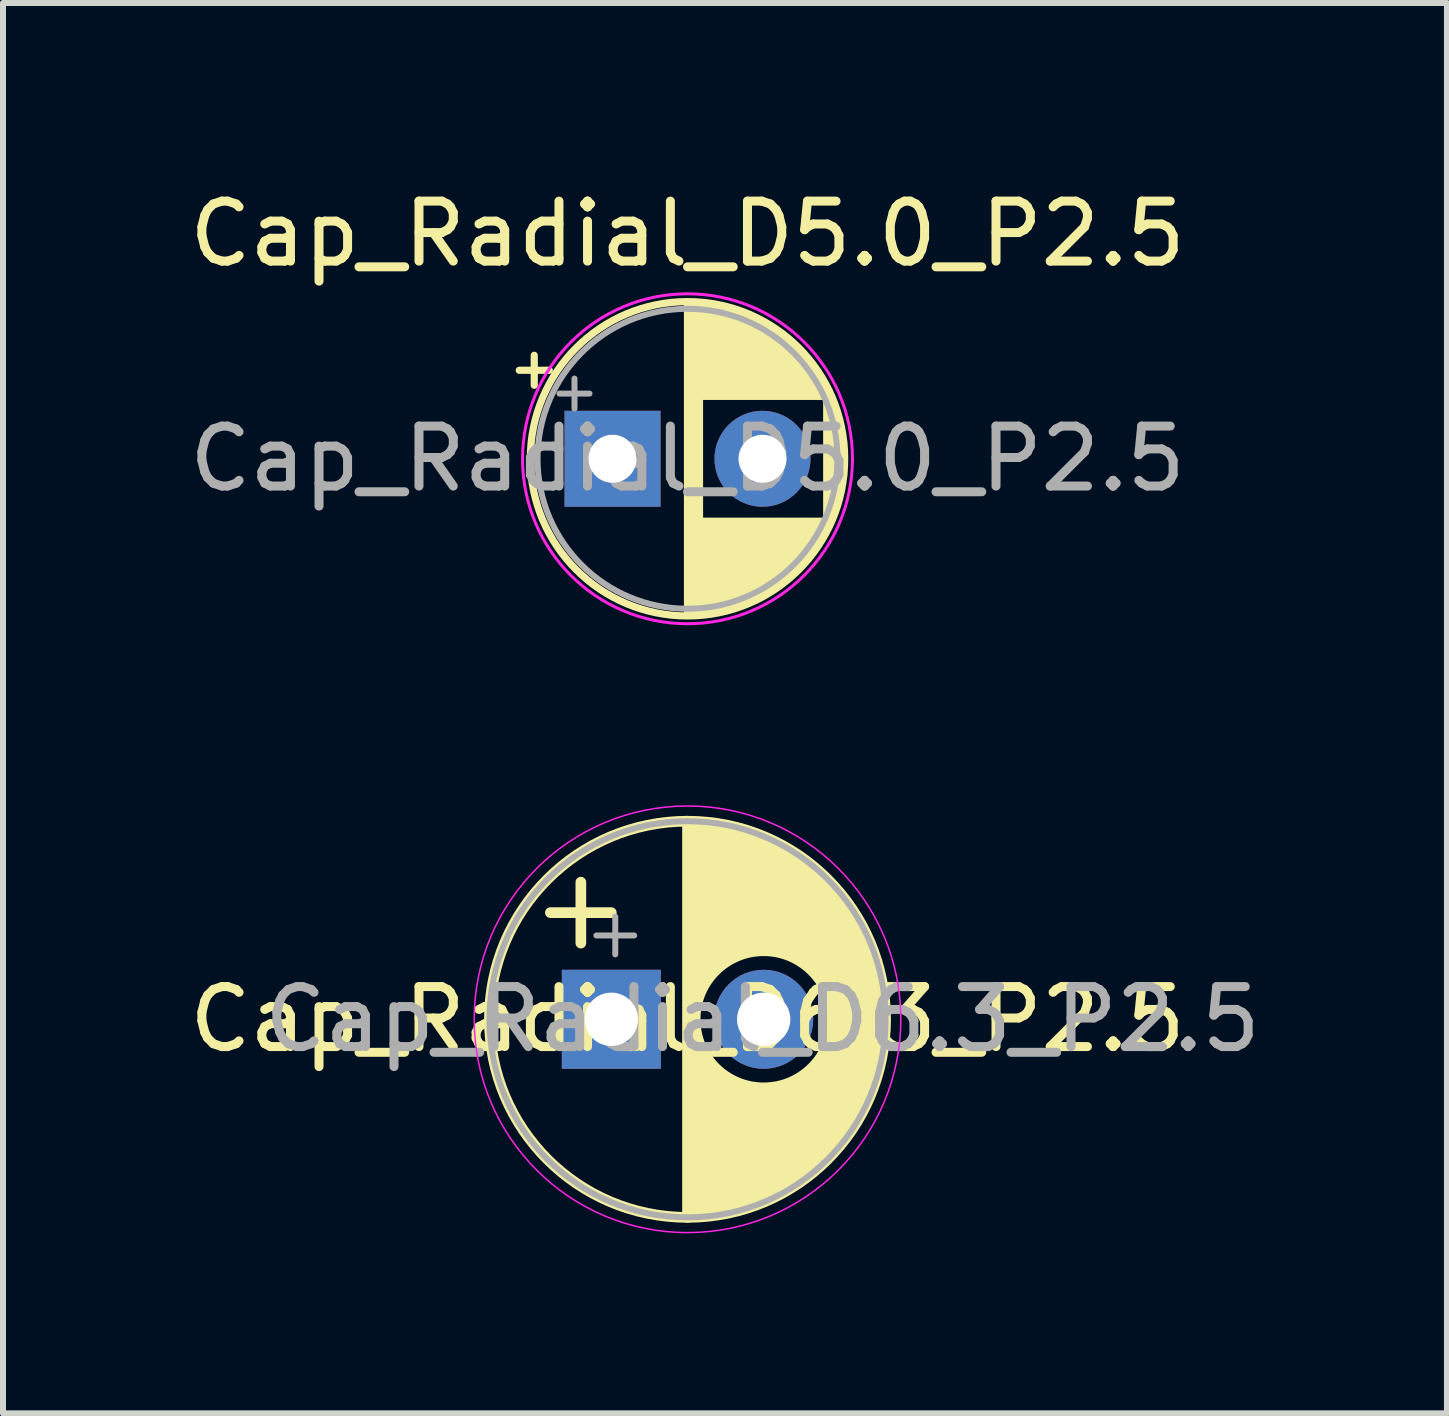
<source format=kicad_pcb>
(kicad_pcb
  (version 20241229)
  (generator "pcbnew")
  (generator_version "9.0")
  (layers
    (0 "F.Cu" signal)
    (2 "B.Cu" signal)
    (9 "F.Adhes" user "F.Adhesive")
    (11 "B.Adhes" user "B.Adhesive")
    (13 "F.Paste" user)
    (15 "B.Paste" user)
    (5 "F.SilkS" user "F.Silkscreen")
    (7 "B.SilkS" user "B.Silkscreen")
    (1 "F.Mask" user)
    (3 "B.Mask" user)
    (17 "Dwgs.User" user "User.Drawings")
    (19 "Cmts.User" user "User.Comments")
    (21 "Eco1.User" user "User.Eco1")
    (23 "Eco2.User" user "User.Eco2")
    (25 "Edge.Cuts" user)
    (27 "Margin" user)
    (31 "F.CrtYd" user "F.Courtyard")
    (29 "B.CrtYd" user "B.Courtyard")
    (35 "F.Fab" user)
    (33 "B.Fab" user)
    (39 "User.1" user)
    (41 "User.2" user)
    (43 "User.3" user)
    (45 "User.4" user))
  (footprint "Cap_Radial_D5.0_P2.5"
    (layer "F.Cu")
    (at 7.161 4.598)
    (property "Reference" "Cap_Radial_D5.0_P2.5" (at 1.25 -3.75 0) (layer "F.SilkS") (effects (font (size 1 1) (thickness 0.15))))
    (fp_line (start -1.555 -1.475) (end -1.055 -1.475) (stroke (width 0.12) (type solid)) (layer "F.SilkS"))
    (fp_line (start -1.305 -1.725) (end -1.305 -1.225) (stroke (width 0.12) (type solid)) (layer "F.SilkS"))
    (fp_line (start 1.25 -2.58) (end 1.25 2.58) (stroke (width 0.12) (type solid)) (layer "F.SilkS"))
    (fp_line (start 1.29 -2.58) (end 1.29 2.58) (stroke (width 0.12) (type solid)) (layer "F.SilkS"))
    (fp_line (start 1.33 -2.579) (end 1.33 2.579) (stroke (width 0.12) (type solid)) (layer "F.SilkS"))
    (fp_line (start 1.37 -2.578) (end 1.37 2.578) (stroke (width 0.12) (type solid)) (layer "F.SilkS"))
    (fp_line (start 1.41 -2.576) (end 1.41 2.576) (stroke (width 0.12) (type solid)) (layer "F.SilkS"))
    (fp_line (start 1.45 -2.573) (end 1.45 2.573) (stroke (width 0.12) (type solid)) (layer "F.SilkS"))
    (fp_line (start 1.49 -2.569) (end 1.49 -1.04) (stroke (width 0.12) (type solid)) (layer "F.SilkS"))
    (fp_line (start 1.49 1.04) (end 1.49 2.569) (stroke (width 0.12) (type solid)) (layer "F.SilkS"))
    (fp_line (start 1.53 -2.565) (end 1.53 -1.04) (stroke (width 0.12) (type solid)) (layer "F.SilkS"))
    (fp_line (start 1.53 1.04) (end 1.53 2.565) (stroke (width 0.12) (type solid)) (layer "F.SilkS"))
    (fp_line (start 1.57 -2.561) (end 1.57 -1.04) (stroke (width 0.12) (type solid)) (layer "F.SilkS"))
    (fp_line (start 1.57 1.04) (end 1.57 2.561) (stroke (width 0.12) (type solid)) (layer "F.SilkS"))
    (fp_line (start 1.61 -2.556) (end 1.61 -1.04) (stroke (width 0.12) (type solid)) (layer "F.SilkS"))
    (fp_line (start 1.61 1.04) (end 1.61 2.556) (stroke (width 0.12) (type solid)) (layer "F.SilkS"))
    (fp_line (start 1.65 -2.55) (end 1.65 -1.04) (stroke (width 0.12) (type solid)) (layer "F.SilkS"))
    (fp_line (start 1.65 1.04) (end 1.65 2.55) (stroke (width 0.12) (type solid)) (layer "F.SilkS"))
    (fp_line (start 1.69 -2.543) (end 1.69 -1.04) (stroke (width 0.12) (type solid)) (layer "F.SilkS"))
    (fp_line (start 1.69 1.04) (end 1.69 2.543) (stroke (width 0.12) (type solid)) (layer "F.SilkS"))
    (fp_line (start 1.73 -2.536) (end 1.73 -1.04) (stroke (width 0.12) (type solid)) (layer "F.SilkS"))
    (fp_line (start 1.73 1.04) (end 1.73 2.536) (stroke (width 0.12) (type solid)) (layer "F.SilkS"))
    (fp_line (start 1.77 -2.528) (end 1.77 -1.04) (stroke (width 0.12) (type solid)) (layer "F.SilkS"))
    (fp_line (start 1.77 1.04) (end 1.77 2.528) (stroke (width 0.12) (type solid)) (layer "F.SilkS"))
    (fp_line (start 1.81 -2.52) (end 1.81 -1.04) (stroke (width 0.12) (type solid)) (layer "F.SilkS"))
    (fp_line (start 1.81 1.04) (end 1.81 2.52) (stroke (width 0.12) (type solid)) (layer "F.SilkS"))
    (fp_line (start 1.85 -2.511) (end 1.85 -1.04) (stroke (width 0.12) (type solid)) (layer "F.SilkS"))
    (fp_line (start 1.85 1.04) (end 1.85 2.511) (stroke (width 0.12) (type solid)) (layer "F.SilkS"))
    (fp_line (start 1.89 -2.501) (end 1.89 -1.04) (stroke (width 0.12) (type solid)) (layer "F.SilkS"))
    (fp_line (start 1.89 1.04) (end 1.89 2.501) (stroke (width 0.12) (type solid)) (layer "F.SilkS"))
    (fp_line (start 1.93 -2.491) (end 1.93 -1.04) (stroke (width 0.12) (type solid)) (layer "F.SilkS"))
    (fp_line (start 1.93 1.04) (end 1.93 2.491) (stroke (width 0.12) (type solid)) (layer "F.SilkS"))
    (fp_line (start 1.971 -2.48) (end 1.971 -1.04) (stroke (width 0.12) (type solid)) (layer "F.SilkS"))
    (fp_line (start 1.971 1.04) (end 1.971 2.48) (stroke (width 0.12) (type solid)) (layer "F.SilkS"))
    (fp_line (start 2.011 -2.468) (end 2.011 -1.04) (stroke (width 0.12) (type solid)) (layer "F.SilkS"))
    (fp_line (start 2.011 1.04) (end 2.011 2.468) (stroke (width 0.12) (type solid)) (layer "F.SilkS"))
    (fp_line (start 2.051 -2.455) (end 2.051 -1.04) (stroke (width 0.12) (type solid)) (layer "F.SilkS"))
    (fp_line (start 2.051 1.04) (end 2.051 2.455) (stroke (width 0.12) (type solid)) (layer "F.SilkS"))
    (fp_line (start 2.091 -2.442) (end 2.091 -1.04) (stroke (width 0.12) (type solid)) (layer "F.SilkS"))
    (fp_line (start 2.091 1.04) (end 2.091 2.442) (stroke (width 0.12) (type solid)) (layer "F.SilkS"))
    (fp_line (start 2.131 -2.428) (end 2.131 -1.04) (stroke (width 0.12) (type solid)) (layer "F.SilkS"))
    (fp_line (start 2.131 1.04) (end 2.131 2.428) (stroke (width 0.12) (type solid)) (layer "F.SilkS"))
    (fp_line (start 2.171 -2.414) (end 2.171 -1.04) (stroke (width 0.12) (type solid)) (layer "F.SilkS"))
    (fp_line (start 2.171 1.04) (end 2.171 2.414) (stroke (width 0.12) (type solid)) (layer "F.SilkS"))
    (fp_line (start 2.211 -2.398) (end 2.211 -1.04) (stroke (width 0.12) (type solid)) (layer "F.SilkS"))
    (fp_line (start 2.211 1.04) (end 2.211 2.398) (stroke (width 0.12) (type solid)) (layer "F.SilkS"))
    (fp_line (start 2.251 -2.382) (end 2.251 -1.04) (stroke (width 0.12) (type solid)) (layer "F.SilkS"))
    (fp_line (start 2.251 1.04) (end 2.251 2.382) (stroke (width 0.12) (type solid)) (layer "F.SilkS"))
    (fp_line (start 2.291 -2.365) (end 2.291 -1.04) (stroke (width 0.12) (type solid)) (layer "F.SilkS"))
    (fp_line (start 2.291 1.04) (end 2.291 2.365) (stroke (width 0.12) (type solid)) (layer "F.SilkS"))
    (fp_line (start 2.331 -2.348) (end 2.331 -1.04) (stroke (width 0.12) (type solid)) (layer "F.SilkS"))
    (fp_line (start 2.331 1.04) (end 2.331 2.348) (stroke (width 0.12) (type solid)) (layer "F.SilkS"))
    (fp_line (start 2.371 -2.329) (end 2.371 -1.04) (stroke (width 0.12) (type solid)) (layer "F.SilkS"))
    (fp_line (start 2.371 1.04) (end 2.371 2.329) (stroke (width 0.12) (type solid)) (layer "F.SilkS"))
    (fp_line (start 2.411 -2.31) (end 2.411 -1.04) (stroke (width 0.12) (type solid)) (layer "F.SilkS"))
    (fp_line (start 2.411 1.04) (end 2.411 2.31) (stroke (width 0.12) (type solid)) (layer "F.SilkS"))
    (fp_line (start 2.451 -2.29) (end 2.451 -1.04) (stroke (width 0.12) (type solid)) (layer "F.SilkS"))
    (fp_line (start 2.451 1.04) (end 2.451 2.29) (stroke (width 0.12) (type solid)) (layer "F.SilkS"))
    (fp_line (start 2.491 -2.268) (end 2.491 -1.04) (stroke (width 0.12) (type solid)) (layer "F.SilkS"))
    (fp_line (start 2.491 1.04) (end 2.491 2.268) (stroke (width 0.12) (type solid)) (layer "F.SilkS"))
    (fp_line (start 2.531 -2.247) (end 2.531 -1.04) (stroke (width 0.12) (type solid)) (layer "F.SilkS"))
    (fp_line (start 2.531 1.04) (end 2.531 2.247) (stroke (width 0.12) (type solid)) (layer "F.SilkS"))
    (fp_line (start 2.571 -2.224) (end 2.571 -1.04) (stroke (width 0.12) (type solid)) (layer "F.SilkS"))
    (fp_line (start 2.571 1.04) (end 2.571 2.224) (stroke (width 0.12) (type solid)) (layer "F.SilkS"))
    (fp_line (start 2.611 -2.2) (end 2.611 -1.04) (stroke (width 0.12) (type solid)) (layer "F.SilkS"))
    (fp_line (start 2.611 1.04) (end 2.611 2.2) (stroke (width 0.12) (type solid)) (layer "F.SilkS"))
    (fp_line (start 2.651 -2.175) (end 2.651 -1.04) (stroke (width 0.12) (type solid)) (layer "F.SilkS"))
    (fp_line (start 2.651 1.04) (end 2.651 2.175) (stroke (width 0.12) (type solid)) (layer "F.SilkS"))
    (fp_line (start 2.691 -2.149) (end 2.691 -1.04) (stroke (width 0.12) (type solid)) (layer "F.SilkS"))
    (fp_line (start 2.691 1.04) (end 2.691 2.149) (stroke (width 0.12) (type solid)) (layer "F.SilkS"))
    (fp_line (start 2.731 -2.122) (end 2.731 -1.04) (stroke (width 0.12) (type solid)) (layer "F.SilkS"))
    (fp_line (start 2.731 1.04) (end 2.731 2.122) (stroke (width 0.12) (type solid)) (layer "F.SilkS"))
    (fp_line (start 2.771 -2.095) (end 2.771 -1.04) (stroke (width 0.12) (type solid)) (layer "F.SilkS"))
    (fp_line (start 2.771 1.04) (end 2.771 2.095) (stroke (width 0.12) (type solid)) (layer "F.SilkS"))
    (fp_line (start 2.811 -2.065) (end 2.811 -1.04) (stroke (width 0.12) (type solid)) (layer "F.SilkS"))
    (fp_line (start 2.811 1.04) (end 2.811 2.065) (stroke (width 0.12) (type solid)) (layer "F.SilkS"))
    (fp_line (start 2.851 -2.035) (end 2.851 -1.04) (stroke (width 0.12) (type solid)) (layer "F.SilkS"))
    (fp_line (start 2.851 1.04) (end 2.851 2.035) (stroke (width 0.12) (type solid)) (layer "F.SilkS"))
    (fp_line (start 2.891 -2.004) (end 2.891 -1.04) (stroke (width 0.12) (type solid)) (layer "F.SilkS"))
    (fp_line (start 2.891 1.04) (end 2.891 2.004) (stroke (width 0.12) (type solid)) (layer "F.SilkS"))
    (fp_line (start 2.931 -1.971) (end 2.931 -1.04) (stroke (width 0.12) (type solid)) (layer "F.SilkS"))
    (fp_line (start 2.931 1.04) (end 2.931 1.971) (stroke (width 0.12) (type solid)) (layer "F.SilkS"))
    (fp_line (start 2.971 -1.937) (end 2.971 -1.04) (stroke (width 0.12) (type solid)) (layer "F.SilkS"))
    (fp_line (start 2.971 1.04) (end 2.971 1.937) (stroke (width 0.12) (type solid)) (layer "F.SilkS"))
    (fp_line (start 3.011 -1.901) (end 3.011 -1.04) (stroke (width 0.12) (type solid)) (layer "F.SilkS"))
    (fp_line (start 3.011 1.04) (end 3.011 1.901) (stroke (width 0.12) (type solid)) (layer "F.SilkS"))
    (fp_line (start 3.051 -1.864) (end 3.051 -1.04) (stroke (width 0.12) (type solid)) (layer "F.SilkS"))
    (fp_line (start 3.051 1.04) (end 3.051 1.864) (stroke (width 0.12) (type solid)) (layer "F.SilkS"))
    (fp_line (start 3.091 -1.826) (end 3.091 -1.04) (stroke (width 0.12) (type solid)) (layer "F.SilkS"))
    (fp_line (start 3.091 1.04) (end 3.091 1.826) (stroke (width 0.12) (type solid)) (layer "F.SilkS"))
    (fp_line (start 3.131 -1.785) (end 3.131 -1.04) (stroke (width 0.12) (type solid)) (layer "F.SilkS"))
    (fp_line (start 3.131 1.04) (end 3.131 1.785) (stroke (width 0.12) (type solid)) (layer "F.SilkS"))
    (fp_line (start 3.171 -1.743) (end 3.171 -1.04) (stroke (width 0.12) (type solid)) (layer "F.SilkS"))
    (fp_line (start 3.171 1.04) (end 3.171 1.743) (stroke (width 0.12) (type solid)) (layer "F.SilkS"))
    (fp_line (start 3.211 -1.699) (end 3.211 -1.04) (stroke (width 0.12) (type solid)) (layer "F.SilkS"))
    (fp_line (start 3.211 1.04) (end 3.211 1.699) (stroke (width 0.12) (type solid)) (layer "F.SilkS"))
    (fp_line (start 3.251 -1.653) (end 3.251 -1.04) (stroke (width 0.12) (type solid)) (layer "F.SilkS"))
    (fp_line (start 3.251 1.04) (end 3.251 1.653) (stroke (width 0.12) (type solid)) (layer "F.SilkS"))
    (fp_line (start 3.291 -1.605) (end 3.291 -1.04) (stroke (width 0.12) (type solid)) (layer "F.SilkS"))
    (fp_line (start 3.291 1.04) (end 3.291 1.605) (stroke (width 0.12) (type solid)) (layer "F.SilkS"))
    (fp_line (start 3.331 -1.554) (end 3.331 -1.04) (stroke (width 0.12) (type solid)) (layer "F.SilkS"))
    (fp_line (start 3.331 1.04) (end 3.331 1.554) (stroke (width 0.12) (type solid)) (layer "F.SilkS"))
    (fp_line (start 3.371 -1.5) (end 3.371 -1.04) (stroke (width 0.12) (type solid)) (layer "F.SilkS"))
    (fp_line (start 3.371 1.04) (end 3.371 1.5) (stroke (width 0.12) (type solid)) (layer "F.SilkS"))
    (fp_line (start 3.411 -1.443) (end 3.411 -1.04) (stroke (width 0.12) (type solid)) (layer "F.SilkS"))
    (fp_line (start 3.411 1.04) (end 3.411 1.443) (stroke (width 0.12) (type solid)) (layer "F.SilkS"))
    (fp_line (start 3.451 -1.383) (end 3.451 -1.04) (stroke (width 0.12) (type solid)) (layer "F.SilkS"))
    (fp_line (start 3.451 1.04) (end 3.451 1.383) (stroke (width 0.12) (type solid)) (layer "F.SilkS"))
    (fp_line (start 3.491 -1.319) (end 3.491 -1.04) (stroke (width 0.12) (type solid)) (layer "F.SilkS"))
    (fp_line (start 3.491 1.04) (end 3.491 1.319) (stroke (width 0.12) (type solid)) (layer "F.SilkS"))
    (fp_line (start 3.531 -1.251) (end 3.531 -1.04) (stroke (width 0.12) (type solid)) (layer "F.SilkS"))
    (fp_line (start 3.531 1.04) (end 3.531 1.251) (stroke (width 0.12) (type solid)) (layer "F.SilkS"))
    (fp_line (start 3.571 -1.178) (end 3.571 1.178) (stroke (width 0.12) (type solid)) (layer "F.SilkS"))
    (fp_line (start 3.611 -1.098) (end 3.611 1.098) (stroke (width 0.12) (type solid)) (layer "F.SilkS"))
    (fp_line (start 3.651 -1.011) (end 3.651 1.011) (stroke (width 0.12) (type solid)) (layer "F.SilkS"))
    (fp_line (start 3.691 -0.915) (end 3.691 0.915) (stroke (width 0.12) (type solid)) (layer "F.SilkS"))
    (fp_line (start 3.731 -0.805) (end 3.731 0.805) (stroke (width 0.12) (type solid)) (layer "F.SilkS"))
    (fp_line (start 3.771 -0.677) (end 3.771 0.677) (stroke (width 0.12) (type solid)) (layer "F.SilkS"))
    (fp_line (start 3.811 -0.518) (end 3.811 0.518) (stroke (width 0.12) (type solid)) (layer "F.SilkS"))
    (fp_line (start 3.851 -0.284) (end 3.851 0.284) (stroke (width 0.12) (type solid)) (layer "F.SilkS"))
    (fp_circle (center 1.25 0) (end 3.87 0) (stroke (width 0.12) (type solid)) (fill no) (layer "F.SilkS"))
    (fp_circle (center 1.25 0) (end 4 0) (stroke (width 0.05) (type solid)) (fill no) (layer "F.CrtYd"))
    (fp_line (start -0.884 -1.087) (end -0.384 -1.087) (stroke (width 0.1) (type solid)) (layer "F.Fab"))
    (fp_line (start -0.634 -1.337) (end -0.634 -0.838) (stroke (width 0.1) (type solid)) (layer "F.Fab"))
    (fp_circle (center 1.25 0) (end 3.75 0) (stroke (width 0.1) (type solid)) (fill no) (layer "F.Fab"))
    (fp_text user "${REFERENCE}" (at 1.25 0 0) (layer "F.Fab") (effects (font (size 1 1) (thickness 0.15))))
    (pad "1" thru_hole rect (at 0 0) (size 1.6 1.6) (drill 0.8) (layers "*.Cu" "*.Mask"))
    (pad "2" thru_hole circle (at 2.5 0) (size 1.6 1.6) (drill 0.8) (layers "*.Cu" "*.Mask")))
  (footprint "Cap_Radial_D6.3_P2.5"
    (layer "F.Cu")
    (at 8.411 13.942)
    (property "Reference" "Cap_Radial_D6.3_P2.5" (at 0 0 0) (layer "F.SilkS") (effects (font (size 1 1) (thickness 0.15))))
    (fp_line (start -2.286 -1.778) (end -1.27 -1.778) (stroke (width 0.178) (type solid)) (layer "F.SilkS"))
    (fp_line (start -1.778 -2.286) (end -1.778 -1.27) (stroke (width 0.178) (type solid)) (layer "F.SilkS"))
    (fp_line (start 0 -3.302) (end 0 3.302) (stroke (width 0.178) (type solid)) (layer "F.SilkS"))
    (fp_line (start 0.127 -3.175) (end 0.127 -0.381) (stroke (width 0.178) (type solid)) (layer "F.SilkS"))
    (fp_line (start 0.127 0.381) (end 0.127 3.175) (stroke (width 0.178) (type solid)) (layer "F.SilkS"))
    (fp_line (start 0.254 -3.175) (end 0.254 -0.635) (stroke (width 0.178) (type solid)) (layer "F.SilkS"))
    (fp_line (start 0.254 0.635) (end 0.254 3.175) (stroke (width 0.178) (type solid)) (layer "F.SilkS"))
    (fp_line (start 0.381 -3.175) (end 0.381 -0.762) (stroke (width 0.178) (type solid)) (layer "F.SilkS"))
    (fp_line (start 0.381 0.762) (end 0.381 3.175) (stroke (width 0.178) (type solid)) (layer "F.SilkS"))
    (fp_line (start 0.508 -3.175) (end 0.508 -0.889) (stroke (width 0.178) (type solid)) (layer "F.SilkS"))
    (fp_line (start 0.508 0.889) (end 0.508 3.175) (stroke (width 0.178) (type solid)) (layer "F.SilkS"))
    (fp_line (start 0.635 -3.175) (end 0.635 -1.016) (stroke (width 0.178) (type solid)) (layer "F.SilkS"))
    (fp_line (start 0.635 1.016) (end 0.635 3.175) (stroke (width 0.178) (type solid)) (layer "F.SilkS"))
    (fp_line (start 0.762 -3.175) (end 0.762 -1.143) (stroke (width 0.178) (type solid)) (layer "F.SilkS"))
    (fp_line (start 0.762 1.143) (end 0.762 3.175) (stroke (width 0.178) (type solid)) (layer "F.SilkS"))
    (fp_line (start 0.889 -3.175) (end 0.889 -1.143) (stroke (width 0.178) (type solid)) (layer "F.SilkS"))
    (fp_line (start 0.889 1.143) (end 0.889 3.048) (stroke (width 0.178) (type solid)) (layer "F.SilkS"))
    (fp_line (start 1.016 -3.048) (end 1.016 -1.143) (stroke (width 0.178) (type solid)) (layer "F.SilkS"))
    (fp_line (start 1.016 1.143) (end 1.016 3.048) (stroke (width 0.178) (type solid)) (layer "F.SilkS"))
    (fp_line (start 1.143 -3.048) (end 1.143 -1.27) (stroke (width 0.178) (type solid)) (layer "F.SilkS"))
    (fp_line (start 1.143 1.143) (end 1.143 3.048) (stroke (width 0.178) (type solid)) (layer "F.SilkS"))
    (fp_line (start 1.27 -2.921) (end 1.27 -1.27) (stroke (width 0.178) (type solid)) (layer "F.SilkS"))
    (fp_line (start 1.27 1.27) (end 1.27 2.921) (stroke (width 0.178) (type solid)) (layer "F.SilkS"))
    (fp_line (start 1.397 -2.921) (end 1.397 -1.27) (stroke (width 0.178) (type solid)) (layer "F.SilkS"))
    (fp_line (start 1.397 1.143) (end 1.397 2.921) (stroke (width 0.178) (type solid)) (layer "F.SilkS"))
    (fp_line (start 1.524 -2.794) (end 1.524 -1.27) (stroke (width 0.178) (type solid)) (layer "F.SilkS"))
    (fp_line (start 1.524 1.143) (end 1.524 2.921) (stroke (width 0.178) (type solid)) (layer "F.SilkS"))
    (fp_line (start 1.651 -2.794) (end 1.651 -1.143) (stroke (width 0.178) (type solid)) (layer "F.SilkS"))
    (fp_line (start 1.651 1.143) (end 1.651 2.794) (stroke (width 0.178) (type solid)) (layer "F.SilkS"))
    (fp_line (start 1.778 -2.667) (end 1.778 -1.143) (stroke (width 0.178) (type solid)) (layer "F.SilkS"))
    (fp_line (start 1.778 1.143) (end 1.778 2.667) (stroke (width 0.178) (type solid)) (layer "F.SilkS"))
    (fp_line (start 1.905 -2.54) (end 1.905 -1.016) (stroke (width 0.178) (type solid)) (layer "F.SilkS"))
    (fp_line (start 1.905 1.016) (end 1.905 2.667) (stroke (width 0.178) (type solid)) (layer "F.SilkS"))
    (fp_line (start 2.032 -2.54) (end 2.032 -0.889) (stroke (width 0.178) (type solid)) (layer "F.SilkS"))
    (fp_line (start 2.032 0.889) (end 2.032 2.54) (stroke (width 0.178) (type solid)) (layer "F.SilkS"))
    (fp_line (start 2.159 -2.413) (end 2.159 -0.762) (stroke (width 0.178) (type solid)) (layer "F.SilkS"))
    (fp_line (start 2.159 0.762) (end 2.159 2.413) (stroke (width 0.178) (type solid)) (layer "F.SilkS"))
    (fp_line (start 2.286 -2.286) (end 2.286 -0.635) (stroke (width 0.178) (type solid)) (layer "F.SilkS"))
    (fp_line (start 2.286 0.635) (end 2.286 2.286) (stroke (width 0.178) (type solid)) (layer "F.SilkS"))
    (fp_line (start 2.413 -2.159) (end 2.413 2.159) (stroke (width 0.178) (type solid)) (layer "F.SilkS"))
    (fp_line (start 2.54 -2.032) (end 2.54 2.032) (stroke (width 0.178) (type solid)) (layer "F.SilkS"))
    (fp_line (start 2.667 -1.778) (end 2.667 1.778) (stroke (width 0.178) (type solid)) (layer "F.SilkS"))
    (fp_line (start 2.794 -1.651) (end 2.794 1.651) (stroke (width 0.178) (type solid)) (layer "F.SilkS"))
    (fp_line (start 2.921 -1.397) (end 2.921 1.397) (stroke (width 0.178) (type solid)) (layer "F.SilkS"))
    (fp_line (start 3.048 -1.143) (end 3.048 1.143) (stroke (width 0.178) (type solid)) (layer "F.SilkS"))
    (fp_line (start 3.175 -0.635) (end 3.175 0.635) (stroke (width 0.178) (type solid)) (layer "F.SilkS"))
    (fp_circle (center 0 0) (end 3.302 0) (stroke (width 0.178) (type solid)) (fill no) (layer "F.SilkS"))
    (fp_circle (center 1.27 0) (end 2.413 0) (stroke (width 0.178) (type solid)) (fill no) (layer "F.SilkS"))
    (fp_circle (center 0 0) (end 3.556 0) (stroke (width 0.025) (type solid)) (fill no) (layer "F.CrtYd"))
    (fp_line (start -1.519 -1.397) (end -0.889 -1.397) (stroke (width 0.1) (type solid)) (layer "F.Fab"))
    (fp_line (start -1.204 -1.712) (end -1.204 -1.082) (stroke (width 0.1) (type solid)) (layer "F.Fab"))
    (fp_circle (center 0 0) (end 0 -3.302) (stroke (width 0.1) (type solid)) (fill no) (layer "F.Fab"))
    (fp_text user "${REFERENCE}" (at 1.25 0 0) (layer "F.Fab") (effects (font (size 1 1) (thickness 0.15))))
    (pad "N" thru_hole circle (at 1.27 0) (size 1.651 1.651) (drill 0.889) (layers "*.Cu" "*.Mask"))
    (pad "P" thru_hole rect (at -1.27 0) (size 1.651 1.651) (drill 0.889) (layers "*.Cu" "*.Mask")))
  (gr_rect
    (start -3 -3)
    (end 21.071 20.511)
    (stroke (width 0.1) (type default))
    (fill no)
    (layer "Edge.Cuts")))
</source>
